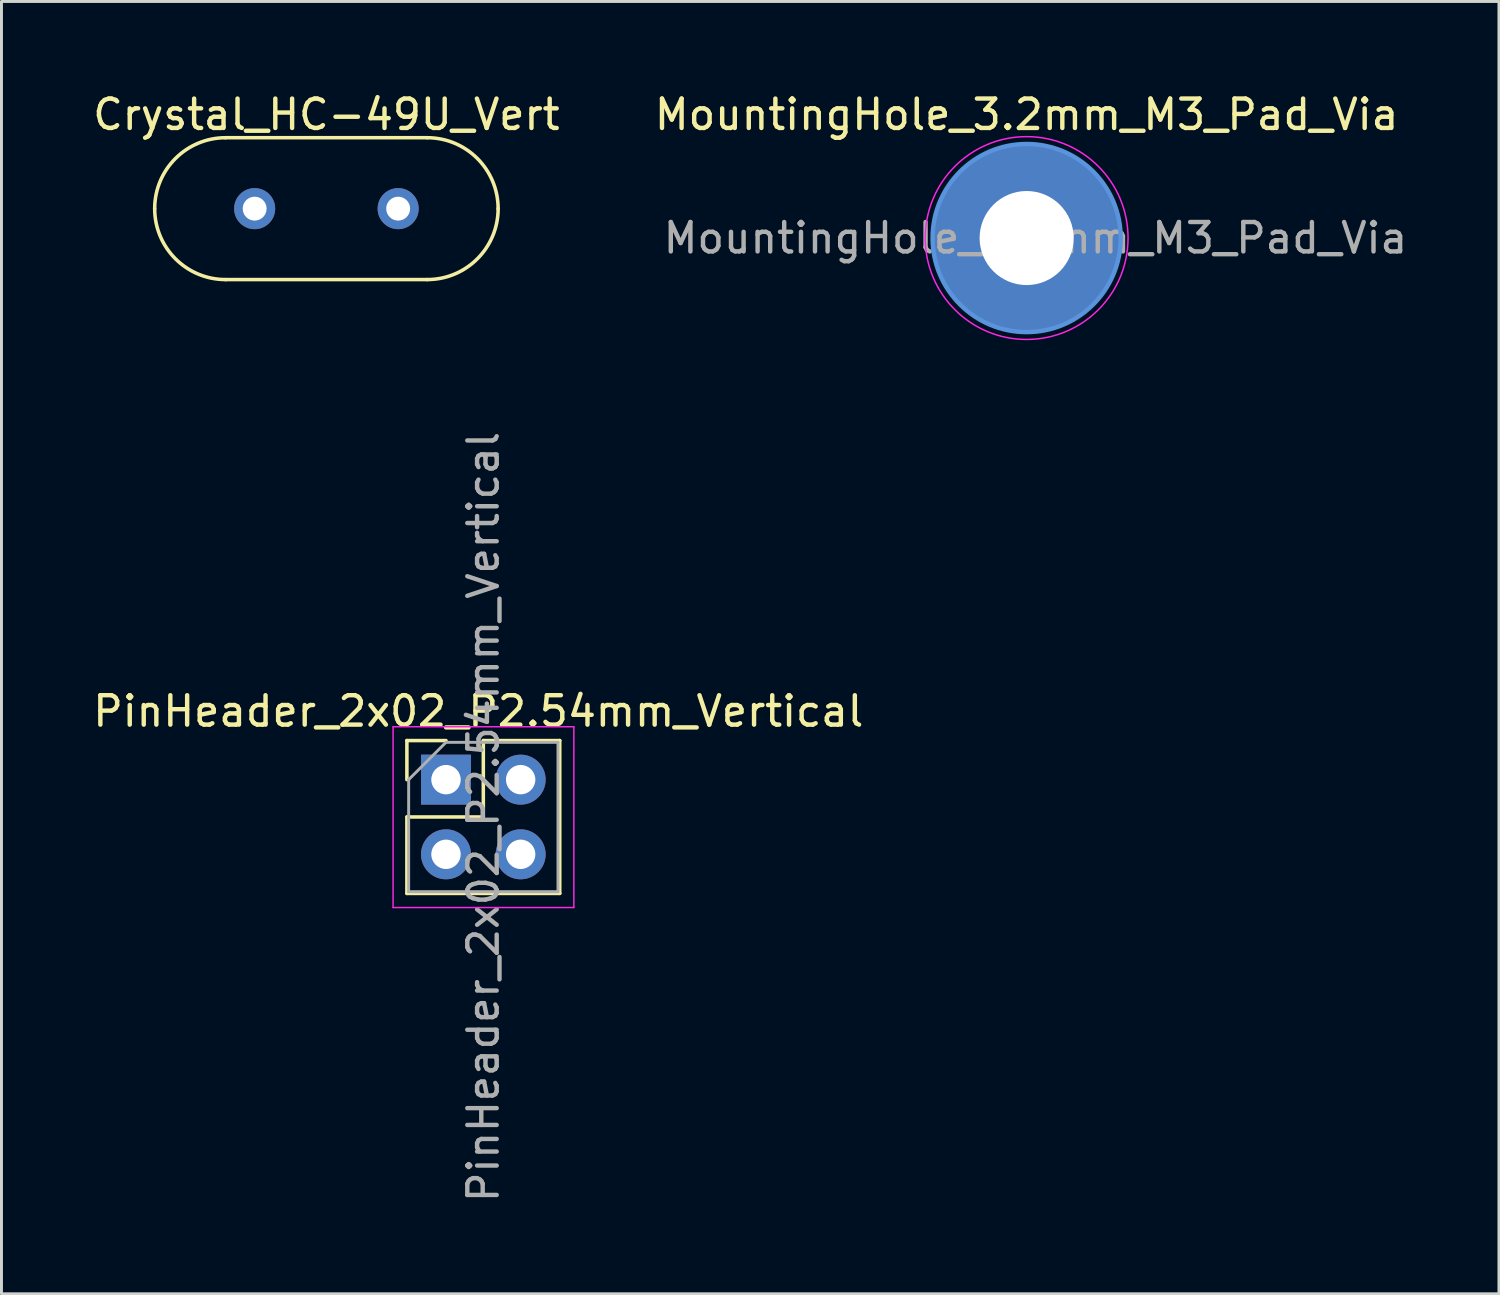
<source format=kicad_pcb>
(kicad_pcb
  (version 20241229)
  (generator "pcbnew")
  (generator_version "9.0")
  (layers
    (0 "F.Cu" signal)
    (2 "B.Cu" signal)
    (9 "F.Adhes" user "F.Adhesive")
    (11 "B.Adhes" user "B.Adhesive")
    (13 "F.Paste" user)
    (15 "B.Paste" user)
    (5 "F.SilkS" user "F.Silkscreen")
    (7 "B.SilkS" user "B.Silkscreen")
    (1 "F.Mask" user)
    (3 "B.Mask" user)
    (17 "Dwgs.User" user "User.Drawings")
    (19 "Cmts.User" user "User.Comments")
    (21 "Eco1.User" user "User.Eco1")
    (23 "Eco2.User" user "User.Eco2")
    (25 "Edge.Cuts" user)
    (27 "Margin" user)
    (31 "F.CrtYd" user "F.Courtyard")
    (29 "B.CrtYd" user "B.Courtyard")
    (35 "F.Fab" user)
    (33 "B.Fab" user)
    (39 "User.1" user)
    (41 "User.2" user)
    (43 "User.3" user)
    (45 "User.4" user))
  (footprint "MountingHole_3.2mm_M3_Pad_Via"
    (layer "F.Cu")
    (at 31.875 5.048)
    (property "Reference" "MountingHole_3.2mm_M3_Pad_Via" (at 0 -4.2 0) (layer "F.SilkS") (effects (font (size 1 1) (thickness 0.15))))
    (attr exclude_from_pos_files)
    (fp_circle (center 0 0) (end 3.2 0) (stroke (width 0.15) (type solid)) (fill no) (layer "Cmts.User"))
    (fp_circle (center 0 0) (end 3.45 0) (stroke (width 0.05) (type solid)) (fill no) (layer "F.CrtYd"))
    (fp_text user "${REFERENCE}" (at 0.3 0 0) (layer "F.Fab") (effects (font (size 1 1) (thickness 0.15))))
    (pad "1" thru_hole circle (at 0 0) (size 6.4 6.4) (drill 3.2) (layers "*.Cu" "*.Mask")))
  (footprint "PinHeader_2x02_P2.54mm_Vertical"
    (layer "F.Cu")
    (at 12.122 23.473)
    (property "Reference" "PinHeader_2x02_P2.54mm_Vertical" (at 1.099 -2.327 180) (layer "F.SilkS") (effects (font (size 1 1) (thickness 0.15))))
    (attr through_hole)
    (fp_line (start -1.33 -1.33) (end 0 -1.33) (stroke (width 0.12) (type solid)) (layer "F.SilkS"))
    (fp_line (start -1.33 0) (end -1.33 -1.33) (stroke (width 0.12) (type solid)) (layer "F.SilkS"))
    (fp_line (start -1.33 1.27) (end -1.33 3.87) (stroke (width 0.12) (type solid)) (layer "F.SilkS"))
    (fp_line (start -1.33 1.27) (end 1.27 1.27) (stroke (width 0.12) (type solid)) (layer "F.SilkS"))
    (fp_line (start -1.33 3.87) (end 3.87 3.87) (stroke (width 0.12) (type solid)) (layer "F.SilkS"))
    (fp_line (start 1.27 -1.33) (end 3.87 -1.33) (stroke (width 0.12) (type solid)) (layer "F.SilkS"))
    (fp_line (start 1.27 1.27) (end 1.27 -1.33) (stroke (width 0.12) (type solid)) (layer "F.SilkS"))
    (fp_line (start 3.87 -1.33) (end 3.87 3.87) (stroke (width 0.12) (type solid)) (layer "F.SilkS"))
    (fp_line (start -1.8 -1.8) (end -1.8 4.35) (stroke (width 0.05) (type solid)) (layer "F.CrtYd"))
    (fp_line (start -1.8 4.35) (end 4.35 4.35) (stroke (width 0.05) (type solid)) (layer "F.CrtYd"))
    (fp_line (start 4.35 -1.8) (end -1.8 -1.8) (stroke (width 0.05) (type solid)) (layer "F.CrtYd"))
    (fp_line (start 4.35 4.35) (end 4.35 -1.8) (stroke (width 0.05) (type solid)) (layer "F.CrtYd"))
    (fp_line (start -1.27 0) (end 0 -1.27) (stroke (width 0.1) (type solid)) (layer "F.Fab"))
    (fp_line (start -1.27 3.81) (end -1.27 0) (stroke (width 0.1) (type solid)) (layer "F.Fab"))
    (fp_line (start 0 -1.27) (end 3.81 -1.27) (stroke (width 0.1) (type solid)) (layer "F.Fab"))
    (fp_line (start 3.81 -1.27) (end 3.81 3.81) (stroke (width 0.1) (type solid)) (layer "F.Fab"))
    (fp_line (start 3.81 3.81) (end -1.27 3.81) (stroke (width 0.1) (type solid)) (layer "F.Fab"))
    (fp_text user "${REFERENCE}" (at 1.27 1.27 270) (layer "F.Fab") (effects (font (size 1 1) (thickness 0.15))))
    (pad "1" thru_hole rect (at 0 0) (size 1.7 1.7) (drill 1) (layers "*.Cu" "*.Mask"))
    (pad "2" thru_hole oval (at 2.54 0) (size 1.7 1.7) (drill 1) (layers "*.Cu" "*.Mask"))
    (pad "3" thru_hole oval (at 0 2.54) (size 1.7 1.7) (drill 1) (layers "*.Cu" "*.Mask"))
    (pad "4" thru_hole oval (at 2.54 2.54) (size 1.7 1.7) (drill 1) (layers "*.Cu" "*.Mask")))
  (footprint "Crystal_HC-49U_Vert"
    (layer "F.Cu")
    (at 8.054 4.048)
    (property "Reference" "Crystal_HC-49U_Vert" (at 0 -3.2 0) (layer "F.SilkS") (effects (font (size 1 1) (thickness 0.15))))
    (attr through_hole)
    (fp_line (start -3.429 2.413) (end 3.429 2.413) (stroke (width 0.12) (type solid)) (layer "F.SilkS"))
    (fp_line (start 3.429 -2.413) (end -3.429 -2.413) (stroke (width 0.12) (type solid)) (layer "F.SilkS"))
    (fp_arc (start -5.842 0) (mid -5.135249 -1.706249) (end -3.429 -2.413) (stroke (width 0.12) (type solid)) (layer "F.SilkS"))
    (fp_arc (start -3.429 2.413) (mid -5.135249 1.706249) (end -5.842 0) (stroke (width 0.12) (type solid)) (layer "F.SilkS"))
    (fp_arc (start 3.429 -2.413) (mid 5.135249 -1.706249) (end 5.842 0) (stroke (width 0.12) (type solid)) (layer "F.SilkS"))
    (fp_arc (start 5.842 0) (mid 5.135249 1.706249) (end 3.429 2.413) (stroke (width 0.12) (type solid)) (layer "F.SilkS"))
    (pad "1" thru_hole circle (at -2.441 0) (size 1.397 1.397) (drill 0.813) (layers "*.Cu" "*.Mask"))
    (pad "2" thru_hole circle (at 2.441 0) (size 1.397 1.397) (drill 0.813) (layers "*.Cu" "*.Mask")))
  (gr_rect
    (start -3 -3)
    (end 47.943 40.964)
    (stroke (width 0.1) (type default))
    (fill no)
    (layer "Edge.Cuts")))
</source>
